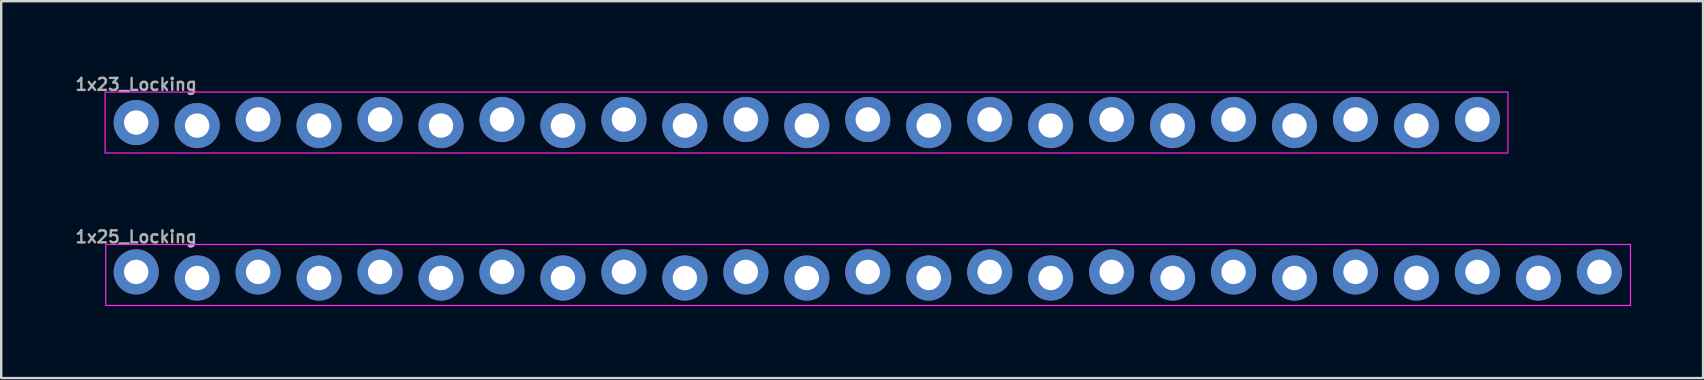
<source format=kicad_pcb>
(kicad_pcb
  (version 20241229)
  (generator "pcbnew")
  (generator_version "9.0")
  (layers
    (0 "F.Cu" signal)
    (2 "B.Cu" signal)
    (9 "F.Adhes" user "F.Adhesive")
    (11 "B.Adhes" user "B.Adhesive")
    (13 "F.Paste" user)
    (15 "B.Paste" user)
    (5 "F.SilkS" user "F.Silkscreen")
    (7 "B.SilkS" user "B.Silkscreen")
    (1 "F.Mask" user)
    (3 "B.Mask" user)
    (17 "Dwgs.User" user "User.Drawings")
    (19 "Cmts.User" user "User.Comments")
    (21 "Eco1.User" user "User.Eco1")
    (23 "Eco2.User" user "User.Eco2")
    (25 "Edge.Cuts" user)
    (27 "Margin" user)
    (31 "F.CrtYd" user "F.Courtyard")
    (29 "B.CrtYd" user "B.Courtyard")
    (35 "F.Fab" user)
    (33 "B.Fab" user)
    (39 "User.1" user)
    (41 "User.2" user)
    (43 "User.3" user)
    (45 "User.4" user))
  (footprint "1x25_Locking"
    (layer "F.Cu")
    (at 2.624 8.406)
    (property "Reference" "1x25_Locking" (at 0 -1.587 0) (layer "F.Fab") (effects (font (size 0.5 0.5) (thickness 0.1))))
    (fp_rect (start -1.27 -1.27) (end 62.255 1.27) (stroke (width 0.05) (type default)) (fill no) (layer "F.CrtYd"))
    (fp_poly (pts (xy -0.254 0.254) (xy 0.254 0.254) (xy 0.254 -0.254) (xy -0.254 -0.254)) (stroke (width 0.1) (type default)) (fill no) (layer "F.Fab"))
    (fp_poly (pts (xy 2.286 0.254) (xy 2.794 0.254) (xy 2.794 -0.254) (xy 2.286 -0.254)) (stroke (width 0.1) (type default)) (fill no) (layer "F.Fab"))
    (fp_poly (pts (xy 4.826 0.254) (xy 5.334 0.254) (xy 5.334 -0.254) (xy 4.826 -0.254)) (stroke (width 0.1) (type default)) (fill no) (layer "F.Fab"))
    (fp_poly (pts (xy 7.366 0.254) (xy 7.874 0.254) (xy 7.874 -0.254) (xy 7.366 -0.254)) (stroke (width 0.1) (type default)) (fill no) (layer "F.Fab"))
    (fp_poly (pts (xy 9.906 0.254) (xy 10.414 0.254) (xy 10.414 -0.254) (xy 9.906 -0.254)) (stroke (width 0.1) (type default)) (fill no) (layer "F.Fab"))
    (fp_poly (pts (xy 12.446 0.254) (xy 12.954 0.254) (xy 12.954 -0.254) (xy 12.446 -0.254)) (stroke (width 0.1) (type default)) (fill no) (layer "F.Fab"))
    (fp_poly (pts (xy 14.986 0.254) (xy 15.494 0.254) (xy 15.494 -0.254) (xy 14.986 -0.254)) (stroke (width 0.1) (type default)) (fill no) (layer "F.Fab"))
    (fp_poly (pts (xy 17.526 0.254) (xy 18.034 0.254) (xy 18.034 -0.254) (xy 17.526 -0.254)) (stroke (width 0.1) (type default)) (fill no) (layer "F.Fab"))
    (fp_poly (pts (xy 20.066 0.254) (xy 20.574 0.254) (xy 20.574 -0.254) (xy 20.066 -0.254)) (stroke (width 0.1) (type default)) (fill no) (layer "F.Fab"))
    (fp_poly (pts (xy 22.606 0.254) (xy 23.114 0.254) (xy 23.114 -0.254) (xy 22.606 -0.254)) (stroke (width 0.1) (type default)) (fill no) (layer "F.Fab"))
    (fp_poly (pts (xy 25.146 0.254) (xy 25.654 0.254) (xy 25.654 -0.254) (xy 25.146 -0.254)) (stroke (width 0.1) (type default)) (fill no) (layer "F.Fab"))
    (fp_poly (pts (xy 27.686 0.254) (xy 28.194 0.254) (xy 28.194 -0.254) (xy 27.686 -0.254)) (stroke (width 0.1) (type default)) (fill no) (layer "F.Fab"))
    (fp_poly (pts (xy 30.226 0.254) (xy 30.734 0.254) (xy 30.734 -0.254) (xy 30.226 -0.254)) (stroke (width 0.1) (type default)) (fill no) (layer "F.Fab"))
    (fp_poly (pts (xy 32.766 0.254) (xy 33.274 0.254) (xy 33.274 -0.254) (xy 32.766 -0.254)) (stroke (width 0.1) (type default)) (fill no) (layer "F.Fab"))
    (fp_poly (pts (xy 35.306 0.254) (xy 35.814 0.254) (xy 35.814 -0.254) (xy 35.306 -0.254)) (stroke (width 0.1) (type default)) (fill no) (layer "F.Fab"))
    (fp_poly (pts (xy 37.846 0.254) (xy 38.354 0.254) (xy 38.354 -0.254) (xy 37.846 -0.254)) (stroke (width 0.1) (type default)) (fill no) (layer "F.Fab"))
    (fp_poly (pts (xy 40.386 0.254) (xy 40.894 0.254) (xy 40.894 -0.254) (xy 40.386 -0.254)) (stroke (width 0.1) (type default)) (fill no) (layer "F.Fab"))
    (fp_poly (pts (xy 42.926 0.254) (xy 43.434 0.254) (xy 43.434 -0.254) (xy 42.926 -0.254)) (stroke (width 0.1) (type default)) (fill no) (layer "F.Fab"))
    (fp_poly (pts (xy 45.466 0.254) (xy 45.974 0.254) (xy 45.974 -0.254) (xy 45.466 -0.254)) (stroke (width 0.1) (type default)) (fill no) (layer "F.Fab"))
    (fp_poly (pts (xy 48.006 0.254) (xy 48.514 0.254) (xy 48.514 -0.254) (xy 48.006 -0.254)) (stroke (width 0.1) (type default)) (fill no) (layer "F.Fab"))
    (fp_poly (pts (xy 50.546 0.254) (xy 51.054 0.254) (xy 51.054 -0.254) (xy 50.546 -0.254)) (stroke (width 0.1) (type default)) (fill no) (layer "F.Fab"))
    (fp_poly (pts (xy 53.086 0.254) (xy 53.594 0.254) (xy 53.594 -0.254) (xy 53.086 -0.254)) (stroke (width 0.1) (type default)) (fill no) (layer "F.Fab"))
    (fp_poly (pts (xy 55.626 0.254) (xy 56.134 0.254) (xy 56.134 -0.254) (xy 55.626 -0.254)) (stroke (width 0.1) (type default)) (fill no) (layer "F.Fab"))
    (fp_poly (pts (xy 58.166 0.254) (xy 58.674 0.254) (xy 58.674 -0.254) (xy 58.166 -0.254)) (stroke (width 0.1) (type default)) (fill no) (layer "F.Fab"))
    (fp_poly (pts (xy 60.706 0.254) (xy 61.214 0.254) (xy 61.214 -0.254) (xy 60.706 -0.254)) (stroke (width 0.1) (type default)) (fill no) (layer "F.Fab"))
    (pad "1" thru_hole circle (at 0 -0.127 90) (size 1.88 1.88) (drill 1.016) (layers "*.Cu" "*.Mask"))
    (pad "2" thru_hole circle (at 2.54 0.127 90) (size 1.88 1.88) (drill 1.016) (layers "*.Cu" "*.Mask"))
    (pad "3" thru_hole circle (at 5.08 -0.127 90) (size 1.88 1.88) (drill 1.016) (layers "*.Cu" "*.Mask"))
    (pad "4" thru_hole circle (at 7.62 0.127 90) (size 1.88 1.88) (drill 1.016) (layers "*.Cu" "*.Mask"))
    (pad "5" thru_hole circle (at 10.16 -0.127 90) (size 1.88 1.88) (drill 1.016) (layers "*.Cu" "*.Mask"))
    (pad "6" thru_hole circle (at 12.7 0.127 90) (size 1.88 1.88) (drill 1.016) (layers "*.Cu" "*.Mask"))
    (pad "7" thru_hole circle (at 15.24 -0.127 90) (size 1.88 1.88) (drill 1.016) (layers "*.Cu" "*.Mask"))
    (pad "8" thru_hole circle (at 17.78 0.127 90) (size 1.88 1.88) (drill 1.016) (layers "*.Cu" "*.Mask"))
    (pad "9" thru_hole circle (at 20.32 -0.127 90) (size 1.88 1.88) (drill 1.016) (layers "*.Cu" "*.Mask"))
    (pad "10" thru_hole circle (at 22.86 0.127 90) (size 1.88 1.88) (drill 1.016) (layers "*.Cu" "*.Mask"))
    (pad "11" thru_hole circle (at 25.4 -0.127 90) (size 1.88 1.88) (drill 1.016) (layers "*.Cu" "*.Mask"))
    (pad "12" thru_hole circle (at 27.94 0.127 90) (size 1.88 1.88) (drill 1.016) (layers "*.Cu" "*.Mask"))
    (pad "13" thru_hole circle (at 30.48 -0.127 90) (size 1.88 1.88) (drill 1.016) (layers "*.Cu" "*.Mask"))
    (pad "14" thru_hole circle (at 33.02 0.127 90) (size 1.88 1.88) (drill 1.016) (layers "*.Cu" "*.Mask"))
    (pad "15" thru_hole circle (at 35.56 -0.127 90) (size 1.88 1.88) (drill 1.016) (layers "*.Cu" "*.Mask"))
    (pad "16" thru_hole circle (at 38.1 0.127 90) (size 1.88 1.88) (drill 1.016) (layers "*.Cu" "*.Mask"))
    (pad "17" thru_hole circle (at 40.64 -0.127 90) (size 1.88 1.88) (drill 1.016) (layers "*.Cu" "*.Mask"))
    (pad "18" thru_hole circle (at 43.18 0.127 90) (size 1.88 1.88) (drill 1.016) (layers "*.Cu" "*.Mask"))
    (pad "19" thru_hole circle (at 45.72 -0.127 90) (size 1.88 1.88) (drill 1.016) (layers "*.Cu" "*.Mask"))
    (pad "20" thru_hole circle (at 48.26 0.127 90) (size 1.88 1.88) (drill 1.016) (layers "*.Cu" "*.Mask"))
    (pad "21" thru_hole circle (at 50.8 -0.127 90) (size 1.88 1.88) (drill 1.016) (layers "*.Cu" "*.Mask"))
    (pad "22" thru_hole circle (at 53.34 0.127 90) (size 1.88 1.88) (drill 1.016) (layers "*.Cu" "*.Mask"))
    (pad "23" thru_hole circle (at 55.88 -0.127 90) (size 1.88 1.88) (drill 1.016) (layers "*.Cu" "*.Mask"))
    (pad "24" thru_hole circle (at 58.42 0.127 90) (size 1.88 1.88) (drill 1.016) (layers "*.Cu" "*.Mask"))
    (pad "25" thru_hole circle (at 60.96 -0.127 90) (size 1.88 1.88) (drill 1.016) (layers "*.Cu" "*.Mask")))
  (footprint "1x23_Locking"
    (layer "F.Cu")
    (at 2.624 2.055)
    (property "Reference" "1x23_Locking" (at 0 -1.587 0) (layer "F.Fab") (effects (font (size 0.5 0.5) (thickness 0.1))))
    (fp_rect (start -1.295 -1.27) (end 57.15 1.27) (stroke (width 0.05) (type default)) (fill no) (layer "F.CrtYd"))
    (fp_poly (pts (xy -0.254 0.254) (xy 0.254 0.254) (xy 0.254 -0.254) (xy -0.254 -0.254)) (stroke (width 0.1) (type default)) (fill no) (layer "F.Fab"))
    (fp_poly (pts (xy 2.286 0.254) (xy 2.794 0.254) (xy 2.794 -0.254) (xy 2.286 -0.254)) (stroke (width 0.1) (type default)) (fill no) (layer "F.Fab"))
    (fp_poly (pts (xy 4.826 0.254) (xy 5.334 0.254) (xy 5.334 -0.254) (xy 4.826 -0.254)) (stroke (width 0.1) (type default)) (fill no) (layer "F.Fab"))
    (fp_poly (pts (xy 7.366 0.254) (xy 7.874 0.254) (xy 7.874 -0.254) (xy 7.366 -0.254)) (stroke (width 0.1) (type default)) (fill no) (layer "F.Fab"))
    (fp_poly (pts (xy 9.906 0.254) (xy 10.414 0.254) (xy 10.414 -0.254) (xy 9.906 -0.254)) (stroke (width 0.1) (type default)) (fill no) (layer "F.Fab"))
    (fp_poly (pts (xy 12.446 0.254) (xy 12.954 0.254) (xy 12.954 -0.254) (xy 12.446 -0.254)) (stroke (width 0.1) (type default)) (fill no) (layer "F.Fab"))
    (fp_poly (pts (xy 14.986 0.254) (xy 15.494 0.254) (xy 15.494 -0.254) (xy 14.986 -0.254)) (stroke (width 0.1) (type default)) (fill no) (layer "F.Fab"))
    (fp_poly (pts (xy 17.526 0.254) (xy 18.034 0.254) (xy 18.034 -0.254) (xy 17.526 -0.254)) (stroke (width 0.1) (type default)) (fill no) (layer "F.Fab"))
    (fp_poly (pts (xy 20.066 0.254) (xy 20.574 0.254) (xy 20.574 -0.254) (xy 20.066 -0.254)) (stroke (width 0.1) (type default)) (fill no) (layer "F.Fab"))
    (fp_poly (pts (xy 22.606 0.254) (xy 23.114 0.254) (xy 23.114 -0.254) (xy 22.606 -0.254)) (stroke (width 0.1) (type default)) (fill no) (layer "F.Fab"))
    (fp_poly (pts (xy 25.146 0.254) (xy 25.654 0.254) (xy 25.654 -0.254) (xy 25.146 -0.254)) (stroke (width 0.1) (type default)) (fill no) (layer "F.Fab"))
    (fp_poly (pts (xy 27.686 0.254) (xy 28.194 0.254) (xy 28.194 -0.254) (xy 27.686 -0.254)) (stroke (width 0.1) (type default)) (fill no) (layer "F.Fab"))
    (fp_poly (pts (xy 30.226 0.254) (xy 30.734 0.254) (xy 30.734 -0.254) (xy 30.226 -0.254)) (stroke (width 0.1) (type default)) (fill no) (layer "F.Fab"))
    (fp_poly (pts (xy 32.766 0.254) (xy 33.274 0.254) (xy 33.274 -0.254) (xy 32.766 -0.254)) (stroke (width 0.1) (type default)) (fill no) (layer "F.Fab"))
    (fp_poly (pts (xy 35.306 0.254) (xy 35.814 0.254) (xy 35.814 -0.254) (xy 35.306 -0.254)) (stroke (width 0.1) (type default)) (fill no) (layer "F.Fab"))
    (fp_poly (pts (xy 37.846 0.254) (xy 38.354 0.254) (xy 38.354 -0.254) (xy 37.846 -0.254)) (stroke (width 0.1) (type default)) (fill no) (layer "F.Fab"))
    (fp_poly (pts (xy 40.386 0.254) (xy 40.894 0.254) (xy 40.894 -0.254) (xy 40.386 -0.254)) (stroke (width 0.1) (type default)) (fill no) (layer "F.Fab"))
    (fp_poly (pts (xy 42.926 0.254) (xy 43.434 0.254) (xy 43.434 -0.254) (xy 42.926 -0.254)) (stroke (width 0.1) (type default)) (fill no) (layer "F.Fab"))
    (fp_poly (pts (xy 45.466 0.254) (xy 45.974 0.254) (xy 45.974 -0.254) (xy 45.466 -0.254)) (stroke (width 0.1) (type default)) (fill no) (layer "F.Fab"))
    (fp_poly (pts (xy 48.006 0.254) (xy 48.514 0.254) (xy 48.514 -0.254) (xy 48.006 -0.254)) (stroke (width 0.1) (type default)) (fill no) (layer "F.Fab"))
    (fp_poly (pts (xy 50.546 0.254) (xy 51.054 0.254) (xy 51.054 -0.254) (xy 50.546 -0.254)) (stroke (width 0.1) (type default)) (fill no) (layer "F.Fab"))
    (fp_poly (pts (xy 53.086 0.254) (xy 53.594 0.254) (xy 53.594 -0.254) (xy 53.086 -0.254)) (stroke (width 0.1) (type default)) (fill no) (layer "F.Fab"))
    (fp_poly (pts (xy 55.626 0.254) (xy 56.134 0.254) (xy 56.134 -0.254) (xy 55.626 -0.254)) (stroke (width 0.1) (type default)) (fill no) (layer "F.Fab"))
    (pad "1" thru_hole circle (at 0 0 90) (size 1.88 1.88) (drill 1.016) (layers "*.Cu" "*.Mask") (remove_unused_layers yes) (keep_end_layers yes) (zone_layer_connections))
    (pad "2" thru_hole circle (at 2.54 0.127 90) (size 1.88 1.88) (drill 1.016) (layers "*.Cu" "*.Mask") (remove_unused_layers yes) (keep_end_layers yes) (zone_layer_connections))
    (pad "3" thru_hole circle (at 5.08 -0.127 90) (size 1.88 1.88) (drill 1.016) (layers "*.Cu" "*.Mask") (remove_unused_layers yes) (keep_end_layers yes) (zone_layer_connections))
    (pad "4" thru_hole circle (at 7.62 0.127 90) (size 1.88 1.88) (drill 1.016) (layers "*.Cu" "*.Mask") (remove_unused_layers yes) (keep_end_layers yes) (zone_layer_connections))
    (pad "5" thru_hole circle (at 10.16 -0.127 90) (size 1.88 1.88) (drill 1.016) (layers "*.Cu" "*.Mask") (remove_unused_layers yes) (keep_end_layers yes) (zone_layer_connections))
    (pad "6" thru_hole circle (at 12.7 0.127 90) (size 1.88 1.88) (drill 1.016) (layers "*.Cu" "*.Mask") (remove_unused_layers yes) (keep_end_layers yes) (zone_layer_connections))
    (pad "7" thru_hole circle (at 15.24 -0.127 90) (size 1.88 1.88) (drill 1.016) (layers "*.Cu" "*.Mask") (remove_unused_layers yes) (keep_end_layers yes) (zone_layer_connections))
    (pad "8" thru_hole circle (at 17.78 0.127 90) (size 1.88 1.88) (drill 1.016) (layers "*.Cu" "*.Mask") (remove_unused_layers yes) (keep_end_layers yes) (zone_layer_connections))
    (pad "9" thru_hole circle (at 20.32 -0.127 90) (size 1.88 1.88) (drill 1.016) (layers "*.Cu" "*.Mask") (remove_unused_layers yes) (keep_end_layers yes) (zone_layer_connections))
    (pad "10" thru_hole circle (at 22.86 0.127 90) (size 1.88 1.88) (drill 1.016) (layers "*.Cu" "*.Mask") (remove_unused_layers yes) (keep_end_layers yes) (zone_layer_connections))
    (pad "11" thru_hole circle (at 25.4 -0.127 90) (size 1.88 1.88) (drill 1.016) (layers "*.Cu" "*.Mask") (remove_unused_layers yes) (keep_end_layers yes) (zone_layer_connections))
    (pad "12" thru_hole circle (at 27.94 0.127 90) (size 1.88 1.88) (drill 1.016) (layers "*.Cu" "*.Mask") (remove_unused_layers yes) (keep_end_layers yes) (zone_layer_connections))
    (pad "13" thru_hole circle (at 30.48 -0.127 90) (size 1.88 1.88) (drill 1.016) (layers "*.Cu" "*.Mask") (remove_unused_layers yes) (keep_end_layers yes) (zone_layer_connections))
    (pad "14" thru_hole circle (at 33.02 0.127 90) (size 1.88 1.88) (drill 1.016) (layers "*.Cu" "*.Mask") (remove_unused_layers yes) (keep_end_layers yes) (zone_layer_connections))
    (pad "15" thru_hole circle (at 35.56 -0.127 90) (size 1.88 1.88) (drill 1.016) (layers "*.Cu" "*.Mask") (remove_unused_layers yes) (keep_end_layers yes) (zone_layer_connections))
    (pad "16" thru_hole circle (at 38.1 0.127 90) (size 1.88 1.88) (drill 1.016) (layers "*.Cu" "*.Mask") (remove_unused_layers yes) (keep_end_layers yes) (zone_layer_connections))
    (pad "17" thru_hole circle (at 40.64 -0.127 90) (size 1.88 1.88) (drill 1.016) (layers "*.Cu" "*.Mask") (remove_unused_layers yes) (keep_end_layers yes) (zone_layer_connections))
    (pad "18" thru_hole circle (at 43.18 0.127 90) (size 1.88 1.88) (drill 1.016) (layers "*.Cu" "*.Mask") (remove_unused_layers yes) (keep_end_layers yes) (zone_layer_connections))
    (pad "19" thru_hole circle (at 45.72 -0.127 90) (size 1.88 1.88) (drill 1.016) (layers "*.Cu" "*.Mask") (remove_unused_layers yes) (keep_end_layers yes) (zone_layer_connections))
    (pad "20" thru_hole circle (at 48.26 0.127 90) (size 1.88 1.88) (drill 1.016) (layers "*.Cu" "*.Mask") (remove_unused_layers yes) (keep_end_layers yes) (zone_layer_connections))
    (pad "21" thru_hole circle (at 50.8 -0.127 90) (size 1.88 1.88) (drill 1.016) (layers "*.Cu" "*.Mask") (remove_unused_layers yes) (keep_end_layers yes) (zone_layer_connections))
    (pad "22" thru_hole circle (at 53.34 0.127 90) (size 1.88 1.88) (drill 1.016) (layers "*.Cu" "*.Mask") (remove_unused_layers yes) (keep_end_layers yes) (zone_layer_connections))
    (pad "23" thru_hole circle (at 55.88 -0.127 90) (size 1.88 1.88) (drill 1.016) (layers "*.Cu" "*.Mask") (remove_unused_layers yes) (keep_end_layers yes) (zone_layer_connections)))
  (gr_rect
    (start -3 -3)
    (end 67.904 12.701)
    (stroke (width 0.1) (type default))
    (fill no)
    (layer "Edge.Cuts")))
</source>
